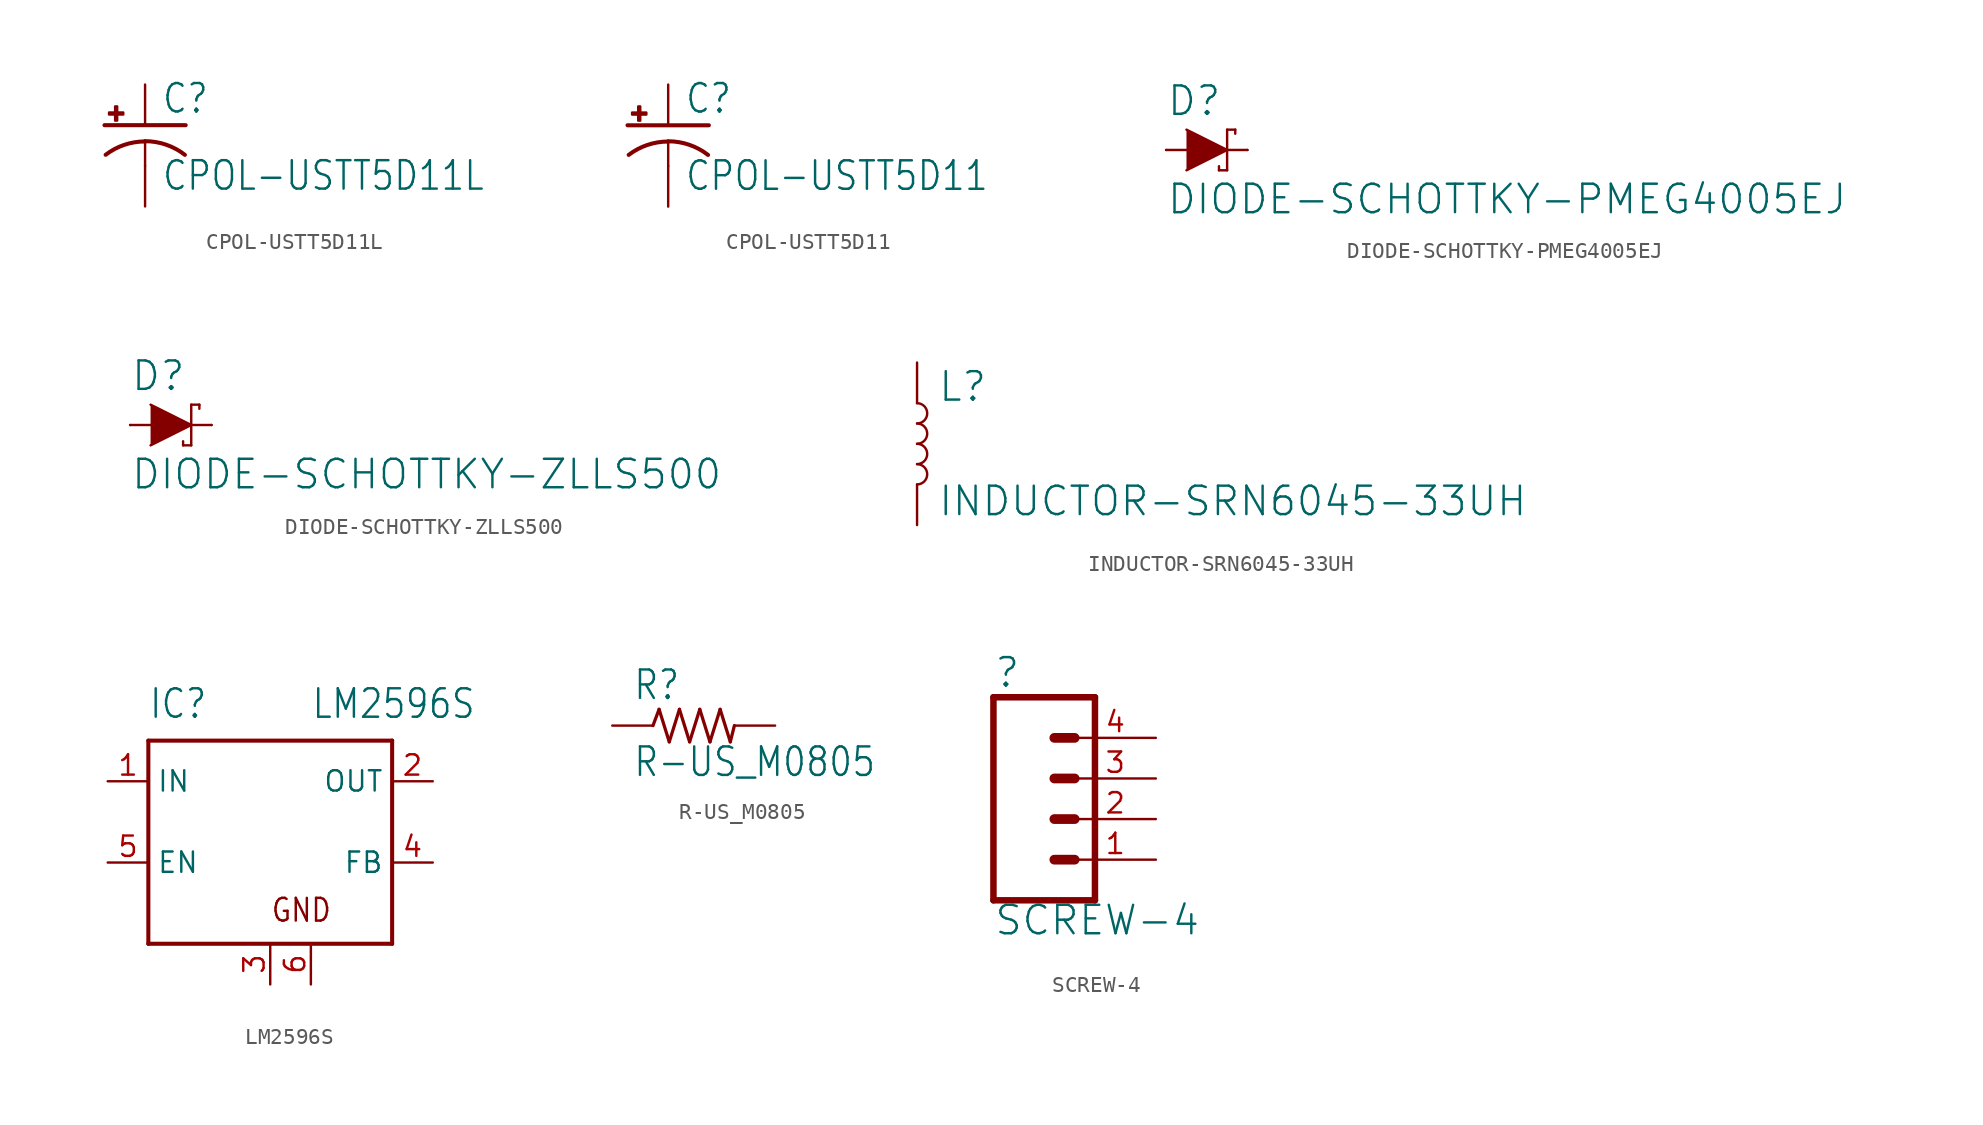
<source format=kicad_sym>
(kicad_symbol_lib
  (version 20220331)
  (generator kicad_symbol_editor)
  (symbol "CPOL-USTT5D11L"
    (property "Reference" "C"
      (at 1.016 0.635 0)
      (effects (font (size 1.778 1.511)) (justify left bottom)))
    (property "Value" "CPOL-USTT5D11L"
      (at 1.016 -4.191 0)
      (effects (font (size 1.778 1.511)) (justify left bottom)))
    (property "ki_locked" ""
      (at 0 0 0)
      (effects (font (size 1.27 1.27))))
    (symbol "CPOL-USTT5D11L_1_0"
      (rectangle (start -2.253 0.668) (end -1.364 0.795) (stroke (width 0) (type default)) (fill (type outline)))
      (rectangle (start -1.872 0.287) (end -1.745 1.176) (stroke (width 0) (type default)) (fill (type outline)))
      (arc (start 0 -1.0161) (mid -1.3021 -1.2302) (end -2.4669 -1.8504) (stroke (width 0.254) (type solid)) (fill (type none)))
      (polyline (pts (xy -2.54 0) (xy 2.54 0)) (stroke (width 0.254) (type solid)) (fill (type none)))
      (polyline (pts (xy 0 -1.016) (xy 0 -2.54)) (stroke (width 0.152) (type solid)) (fill (type none)))
      (arc (start 2.4892 -1.8542) (mid 1.3158 -1.2195) (end 0 -1) (stroke (width 0.254) (type solid)) (fill (type none)))
      (pin passive line (at 0 2.54 270) (length 2.54) (name "+" (effects (font (size 0 0)))) (number "+" (effects (font (size 0 0)))))
      (pin passive line (at 0 -5.08 90) (length 2.54) (name "-" (effects (font (size 0 0)))) (number "-" (effects (font (size 0 0)))))))
  (symbol "CPOL-USTT5D11"
    (property "Reference" "C"
      (at 1.016 0.635 0)
      (effects (font (size 1.778 1.511)) (justify left bottom)))
    (property "Value" "CPOL-USTT5D11"
      (at 1.016 -4.191 0)
      (effects (font (size 1.778 1.511)) (justify left bottom)))
    (property "ki_locked" ""
      (at 0 0 0)
      (effects (font (size 1.27 1.27))))
    (symbol "CPOL-USTT5D11_1_0"
      (rectangle (start -2.253 0.668) (end -1.364 0.795) (stroke (width 0) (type default)) (fill (type outline)))
      (rectangle (start -1.872 0.287) (end -1.745 1.176) (stroke (width 0) (type default)) (fill (type outline)))
      (arc (start 0 -1.0161) (mid -1.3021 -1.2302) (end -2.4669 -1.8504) (stroke (width 0.254) (type solid)) (fill (type none)))
      (polyline (pts (xy -2.54 0) (xy 2.54 0)) (stroke (width 0.254) (type solid)) (fill (type none)))
      (polyline (pts (xy 0 -1.016) (xy 0 -2.54)) (stroke (width 0.152) (type solid)) (fill (type none)))
      (arc (start 2.4892 -1.8542) (mid 1.3158 -1.2195) (end 0 -1) (stroke (width 0.254) (type solid)) (fill (type none)))
      (pin passive line (at 0 2.54 270) (length 2.54) (name "+" (effects (font (size 0 0)))) (number "+" (effects (font (size 0 0)))))
      (pin passive line (at 0 -5.08 90) (length 2.54) (name "-" (effects (font (size 0 0)))) (number "-" (effects (font (size 0 0)))))))
  (symbol "DIODE-SCHOTTKY-PMEG4005EJ"
    (property "Reference" "D"
      (at -2.54 2.032 0)
      (effects (font (size 1.778 1.778)) (justify left bottom)))
    (property "Value" "DIODE-SCHOTTKY-PMEG4005EJ"
      (at -2.54 -2.032 0)
      (effects (font (size 1.778 1.778)) (justify left top)))
    (property "ki_locked" ""
      (at 0 0 0)
      (effects (font (size 1.27 1.27))))
    (symbol "DIODE-SCHOTTKY-PMEG4005EJ_1_0"
      (polyline (pts (xy -2.54 0) (xy -1.27 0)) (stroke (width 0.152) (type solid)) (fill (type none)))
      (polyline (pts (xy 0.762 -1.27) (xy 0.762 -1.016)) (stroke (width 0.152) (type solid)) (fill (type none)))
      (polyline (pts (xy 1.27 -1.27) (xy 0.762 -1.27)) (stroke (width 0.152) (type solid)) (fill (type none)))
      (polyline (pts (xy 1.27 0) (xy 1.27 -1.27)) (stroke (width 0.152) (type solid)) (fill (type none)))
      (polyline (pts (xy 1.27 1.27) (xy 1.27 0)) (stroke (width 0.152) (type solid)) (fill (type none)))
      (polyline (pts (xy 1.27 1.27) (xy 1.778 1.27)) (stroke (width 0.152) (type solid)) (fill (type none)))
      (polyline (pts (xy 1.778 1.27) (xy 1.778 1.016)) (stroke (width 0.152) (type solid)) (fill (type none)))
      (polyline (pts (xy 2.54 0) (xy 1.27 0)) (stroke (width 0.152) (type solid)) (fill (type none)))
      (polyline (pts (xy -1.27 1.27) (xy 1.27 0) (xy -1.27 -1.27)) (stroke (width 0) (type default)) (fill (type outline)))
      (pin passive line (at -2.54 0 0) (length 0) (name "A" (effects (font (size 0 0)))) (number "A" (effects (font (size 0 0)))))
      (pin passive line (at 2.54 0 180) (length 0) (name "C" (effects (font (size 0 0)))) (number "C" (effects (font (size 0 0)))))))
  (symbol "DIODE-SCHOTTKY-ZLLS500"
    (property "Reference" "D"
      (at -2.54 2.032 0)
      (effects (font (size 1.778 1.778)) (justify left bottom)))
    (property "Value" "DIODE-SCHOTTKY-ZLLS500"
      (at -2.54 -2.032 0)
      (effects (font (size 1.778 1.778)) (justify left top)))
    (property "ki_locked" ""
      (at 0 0 0)
      (effects (font (size 1.27 1.27))))
    (symbol "DIODE-SCHOTTKY-ZLLS500_1_0"
      (polyline (pts (xy -2.54 0) (xy -1.27 0)) (stroke (width 0.152) (type solid)) (fill (type none)))
      (polyline (pts (xy 0.762 -1.27) (xy 0.762 -1.016)) (stroke (width 0.152) (type solid)) (fill (type none)))
      (polyline (pts (xy 1.27 -1.27) (xy 0.762 -1.27)) (stroke (width 0.152) (type solid)) (fill (type none)))
      (polyline (pts (xy 1.27 0) (xy 1.27 -1.27)) (stroke (width 0.152) (type solid)) (fill (type none)))
      (polyline (pts (xy 1.27 1.27) (xy 1.27 0)) (stroke (width 0.152) (type solid)) (fill (type none)))
      (polyline (pts (xy 1.27 1.27) (xy 1.778 1.27)) (stroke (width 0.152) (type solid)) (fill (type none)))
      (polyline (pts (xy 1.778 1.27) (xy 1.778 1.016)) (stroke (width 0.152) (type solid)) (fill (type none)))
      (polyline (pts (xy 2.54 0) (xy 1.27 0)) (stroke (width 0.152) (type solid)) (fill (type none)))
      (polyline (pts (xy -1.27 1.27) (xy 1.27 0) (xy -1.27 -1.27)) (stroke (width 0) (type default)) (fill (type outline)))
      (pin passive line (at -2.54 0 0) (length 0) (name "A" (effects (font (size 0 0)))) (number "1" (effects (font (size 0 0)))))
      (pin passive line (at 2.54 0 180) (length 0) (name "C" (effects (font (size 0 0)))) (number "3" (effects (font (size 0 0)))))))
  (symbol "INDUCTOR-SRN6045-33UH"
    (property "Reference" "L"
      (at 1.27 2.54 0)
      (effects (font (size 1.778 1.778)) (justify left bottom)))
    (property "Value" "INDUCTOR-SRN6045-33UH"
      (at 1.27 -2.54 0)
      (effects (font (size 1.778 1.778)) (justify left top)))
    (property "ki_locked" ""
      (at 0 0 0)
      (effects (font (size 1.27 1.27))))
    (symbol "INDUCTOR-SRN6045-33UH_1_0"
      (arc (start 0 -2.54) (mid 0.635 -1.905) (end 0 -1.27) (stroke (width 0.1524) (type solid)) (fill (type none)))
      (arc (start 0 -1.27) (mid 0.635 -0.635) (end 0 0) (stroke (width 0.1524) (type solid)) (fill (type none)))
      (arc (start 0 0) (mid 0.635 0.635) (end 0 1.27) (stroke (width 0.1524) (type solid)) (fill (type none)))
      (arc (start 0 1.27) (mid 0.635 1.905) (end 0 2.54) (stroke (width 0.1524) (type solid)) (fill (type none)))
      (pin passive line (at 0 5.08 270) (length 2.54) (name "1" (effects (font (size 0 0)))) (number "1" (effects (font (size 0 0)))))
      (pin passive line (at 0 -5.08 90) (length 2.54) (name "2" (effects (font (size 0 0)))) (number "2" (effects (font (size 0 0)))))))
  (symbol "LM2596S"
    (property "Reference" "IC"
      (at -7.62 6.35 0)
      (effects (font (size 1.778 1.511)) (justify left bottom)))
    (property "Value" "LM2596S"
      (at 2.54 6.35 0)
      (effects (font (size 1.778 1.511)) (justify left bottom)))
    (property "ki_locked" ""
      (at 0 0 0)
      (effects (font (size 1.27 1.27))))
    (symbol "LM2596S_1_0"
      (polyline (pts (xy -7.62 -7.62) (xy -7.62 5.08)) (stroke (width 0.254) (type solid)) (fill (type none)))
      (polyline (pts (xy -7.62 5.08) (xy 7.62 5.08)) (stroke (width 0.254) (type solid)) (fill (type none)))
      (polyline (pts (xy 7.62 -7.62) (xy -7.62 -7.62)) (stroke (width 0.254) (type solid)) (fill (type none)))
      (polyline (pts (xy 7.62 5.08) (xy 7.62 -7.62)) (stroke (width 0.254) (type solid)) (fill (type none)))
      (text "GND" (at 0 -6.35 0) (effects (font (size 1.422 1.209)) (justify left bottom)))
      (pin input line (at -10.16 2.54 0) (length 2.54) (name "IN" (effects (font (size 1.27 1.27)))) (number "1" (effects (font (size 1.27 1.27)))))
      (pin output line (at 10.16 2.54 180) (length 2.54) (name "OUT" (effects (font (size 1.27 1.27)))) (number "2" (effects (font (size 1.27 1.27)))))
      (pin power_in line (at 0 -10.16 90) (length 2.54) (name "GND" (effects (font (size 0 0)))) (number "3" (effects (font (size 1.27 1.27)))))
      (pin input line (at 10.16 -2.54 180) (length 2.54) (name "FB" (effects (font (size 1.27 1.27)))) (number "4" (effects (font (size 1.27 1.27)))))
      (pin input line (at -10.16 -2.54 0) (length 2.54) (name "EN" (effects (font (size 1.27 1.27)))) (number "5" (effects (font (size 1.27 1.27)))))
      (pin power_in line (at 2.54 -10.16 90) (length 2.54) (name "GND@1" (effects (font (size 0 0)))) (number "6" (effects (font (size 1.27 1.27)))))))
  (symbol "R-US_M0805"
    (property "Reference" "R"
      (at -3.81 1.499 0)
      (effects (font (size 1.778 1.511)) (justify left bottom)))
    (property "Value" "R-US_M0805"
      (at -3.81 -3.302 0)
      (effects (font (size 1.778 1.511)) (justify left bottom)))
    (property "ki_locked" ""
      (at 0 0 0)
      (effects (font (size 1.27 1.27))))
    (symbol "R-US_M0805_1_0"
      (polyline (pts (xy -2.54 0) (xy -2.159 1.016)) (stroke (width 0.203) (type solid)) (fill (type none)))
      (polyline (pts (xy -2.159 1.016) (xy -1.524 -1.016)) (stroke (width 0.203) (type solid)) (fill (type none)))
      (polyline (pts (xy -1.524 -1.016) (xy -0.889 1.016)) (stroke (width 0.203) (type solid)) (fill (type none)))
      (polyline (pts (xy -0.889 1.016) (xy -0.254 -1.016)) (stroke (width 0.203) (type solid)) (fill (type none)))
      (polyline (pts (xy -0.254 -1.016) (xy 0.381 1.016)) (stroke (width 0.203) (type solid)) (fill (type none)))
      (polyline (pts (xy 0.381 1.016) (xy 1.016 -1.016)) (stroke (width 0.203) (type solid)) (fill (type none)))
      (polyline (pts (xy 1.016 -1.016) (xy 1.651 1.016)) (stroke (width 0.203) (type solid)) (fill (type none)))
      (polyline (pts (xy 1.651 1.016) (xy 2.286 -1.016)) (stroke (width 0.203) (type solid)) (fill (type none)))
      (polyline (pts (xy 2.286 -1.016) (xy 2.54 0)) (stroke (width 0.203) (type solid)) (fill (type none)))
      (pin passive line (at -5.08 0 0) (length 2.54) (name "1" (effects (font (size 0 0)))) (number "1" (effects (font (size 0 0)))))
      (pin passive line (at 5.08 0 180) (length 2.54) (name "2" (effects (font (size 0 0)))) (number "2" (effects (font (size 0 0)))))))
  (symbol "SCREW-4"
    (property "Reference" ""
      (at -5.08 8.128 0)
      (effects (font (size 1.778 1.778)) (justify left bottom)))
    (property "Value" "SCREW-4"
      (at -5.08 -7.366 0)
      (effects (font (size 1.778 1.778)) (justify left bottom)))
    (property "ki_locked" ""
      (at 0 0 0)
      (effects (font (size 1.27 1.27))))
    (symbol "SCREW-4_1_0"
      (polyline (pts (xy -5.08 7.62) (xy -5.08 -5.08)) (stroke (width 0.406) (type solid)) (fill (type none)))
      (polyline (pts (xy -5.08 7.62) (xy 1.27 7.62)) (stroke (width 0.406) (type solid)) (fill (type none)))
      (polyline (pts (xy -1.27 -2.54) (xy 0 -2.54)) (stroke (width 0.61) (type solid)) (fill (type none)))
      (polyline (pts (xy -1.27 0) (xy 0 0)) (stroke (width 0.61) (type solid)) (fill (type none)))
      (polyline (pts (xy -1.27 2.54) (xy 0 2.54)) (stroke (width 0.61) (type solid)) (fill (type none)))
      (polyline (pts (xy -1.27 5.08) (xy 0 5.08)) (stroke (width 0.61) (type solid)) (fill (type none)))
      (polyline (pts (xy 1.27 -5.08) (xy -5.08 -5.08)) (stroke (width 0.406) (type solid)) (fill (type none)))
      (polyline (pts (xy 1.27 -5.08) (xy 1.27 7.62)) (stroke (width 0.406) (type solid)) (fill (type none)))
      (pin passive line (at 5.08 -2.54 180) (length 5.08) (name "1" (effects (font (size 0 0)))) (number "1" (effects (font (size 1.27 1.27)))))
      (pin passive line (at 5.08 0 180) (length 5.08) (name "2" (effects (font (size 0 0)))) (number "2" (effects (font (size 1.27 1.27)))))
      (pin passive line (at 5.08 2.54 180) (length 5.08) (name "3" (effects (font (size 0 0)))) (number "3" (effects (font (size 1.27 1.27)))))
      (pin passive line (at 5.08 5.08 180) (length 5.08) (name "4" (effects (font (size 0 0)))) (number "4" (effects (font (size 1.27 1.27))))))))
</source>
